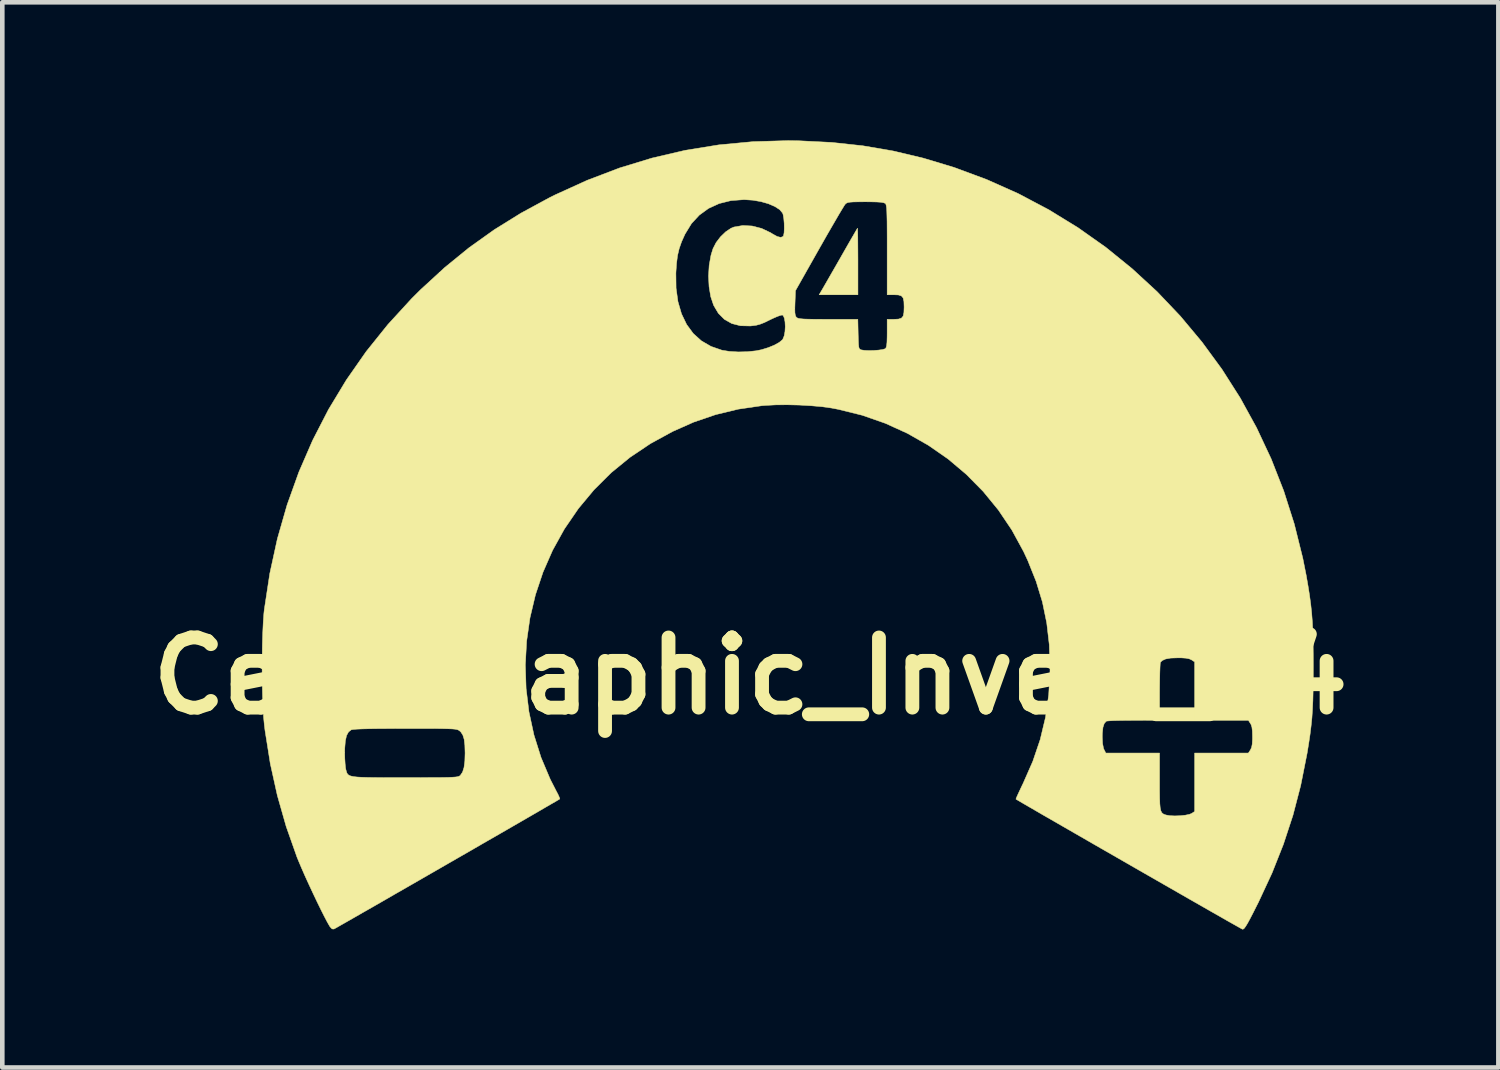
<source format=kicad_pcb>
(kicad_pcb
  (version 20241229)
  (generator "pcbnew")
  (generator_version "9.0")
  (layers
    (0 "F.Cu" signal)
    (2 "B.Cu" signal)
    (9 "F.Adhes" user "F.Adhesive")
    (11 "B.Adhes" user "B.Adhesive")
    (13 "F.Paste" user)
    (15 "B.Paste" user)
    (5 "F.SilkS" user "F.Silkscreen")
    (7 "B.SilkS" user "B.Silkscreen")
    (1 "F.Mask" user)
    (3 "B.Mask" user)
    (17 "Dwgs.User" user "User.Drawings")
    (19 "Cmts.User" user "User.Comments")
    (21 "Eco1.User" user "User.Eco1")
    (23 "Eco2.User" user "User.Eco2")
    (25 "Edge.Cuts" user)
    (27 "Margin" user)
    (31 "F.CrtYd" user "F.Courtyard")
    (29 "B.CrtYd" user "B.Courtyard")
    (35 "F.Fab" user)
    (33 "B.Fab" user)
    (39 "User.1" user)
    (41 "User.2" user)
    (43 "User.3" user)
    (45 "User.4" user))
  (footprint "Cell_Graphic_Invert_C4"
    (layer "F.Cu")
    (at 13.252 11.634)
    (property "Reference" "Cell_Graphic_Invert_C4" (at 0 0 0) (layer "F.SilkS") (effects (font (size 1.524 1.524) (thickness 0.3))))
    (attr through_hole)
    (fp_poly (pts (xy 2.33 -9.705) (xy 2.332 -9.638) (xy 2.334 -9.534) (xy 2.335 -9.397) (xy 2.336 -9.235) (xy 2.337 -9.053) (xy 2.337 -9.009) (xy 2.337 -8.28) (xy 1.494 -8.28) (xy 1.55 -8.376) (xy 1.577 -8.422) (xy 1.626 -8.507) (xy 1.692 -8.622) (xy 1.771 -8.76) (xy 1.861 -8.916) (xy 1.956 -9.082) (xy 1.962 -9.093) (xy 2.054 -9.254) (xy 2.138 -9.401) (xy 2.211 -9.527) (xy 2.269 -9.627) (xy 2.308 -9.695) (xy 2.327 -9.725) (xy 2.327 -9.726) (xy 2.33 -9.705)) (stroke (width 0.01) (type solid)) (fill yes) (layer "F.SilkS"))
    (fp_poly (pts (xy 1.067 -11.625) (xy 1.768 -11.59) (xy 2.444 -11.517) (xy 3.103 -11.404) (xy 3.755 -11.249) (xy 4.409 -11.052) (xy 4.42 -11.049) (xy 5.134 -10.784) (xy 5.822 -10.477) (xy 6.484 -10.127) (xy 7.118 -9.738) (xy 7.722 -9.311) (xy 8.294 -8.847) (xy 8.835 -8.349) (xy 9.341 -7.817) (xy 9.812 -7.253) (xy 10.247 -6.659) (xy 10.643 -6.037) (xy 10.999 -5.389) (xy 11.315 -4.715) (xy 11.588 -4.018) (xy 11.817 -3.299) (xy 12.001 -2.56) (xy 12.076 -2.184) (xy 12.116 -1.954) (xy 12.149 -1.746) (xy 12.175 -1.552) (xy 12.195 -1.362) (xy 12.21 -1.166) (xy 12.22 -0.954) (xy 12.226 -0.718) (xy 12.229 -0.448) (xy 12.23 -0.216) (xy 12.229 0.075) (xy 12.226 0.324) (xy 12.221 0.541) (xy 12.212 0.734) (xy 12.2 0.914) (xy 12.182 1.089) (xy 12.16 1.268) (xy 12.131 1.462) (xy 12.096 1.678) (xy 12.089 1.714) (xy 11.956 2.383) (xy 11.788 3.028) (xy 11.581 3.658) (xy 11.333 4.284) (xy 11.039 4.916) (xy 11.016 4.961) (xy 10.927 5.138) (xy 10.857 5.273) (xy 10.803 5.373) (xy 10.762 5.44) (xy 10.732 5.482) (xy 10.709 5.501) (xy 10.691 5.504) (xy 10.691 5.504) (xy 10.665 5.49) (xy 10.599 5.453) (xy 10.496 5.395) (xy 10.359 5.318) (xy 10.192 5.222) (xy 9.998 5.112) (xy 9.78 4.987) (xy 9.543 4.852) (xy 9.289 4.706) (xy 9.022 4.553) (xy 8.745 4.394) (xy 8.462 4.232) (xy 8.177 4.068) (xy 7.892 3.904) (xy 7.611 3.743) (xy 7.337 3.585) (xy 7.075 3.434) (xy 6.827 3.291) (xy 6.596 3.158) (xy 6.387 3.038) (xy 6.203 2.931) (xy 6.046 2.84) (xy 5.922 2.768) (xy 5.832 2.715) (xy 5.781 2.685) (xy 5.77 2.678) (xy 5.777 2.654) (xy 5.804 2.593) (xy 5.846 2.502) (xy 5.899 2.39) (xy 5.927 2.332) (xy 6.136 1.857) (xy 6.297 1.383) (xy 6.312 1.32) (xy 7.645 1.32) (xy 7.652 1.468) (xy 7.672 1.572) (xy 7.684 1.601) (xy 7.723 1.676) (xy 8.89 1.676) (xy 8.89 2.294) (xy 8.89 2.498) (xy 8.892 2.657) (xy 8.896 2.778) (xy 8.904 2.866) (xy 8.917 2.927) (xy 8.936 2.968) (xy 8.962 2.994) (xy 8.996 3.011) (xy 9.03 3.022) (xy 9.112 3.037) (xy 9.22 3.042) (xy 9.338 3.038) (xy 9.451 3.026) (xy 9.541 3.007) (xy 9.586 2.989) (xy 9.652 2.945) (xy 9.652 1.676) (xy 10.819 1.676) (xy 10.864 1.608) (xy 10.889 1.555) (xy 10.903 1.482) (xy 10.909 1.376) (xy 10.909 1.321) (xy 10.906 1.198) (xy 10.896 1.113) (xy 10.876 1.053) (xy 10.864 1.034) (xy 10.819 0.965) (xy 9.652 0.965) (xy 9.652 -0.304) (xy 9.585 -0.348) (xy 9.534 -0.371) (xy 9.463 -0.385) (xy 9.36 -0.392) (xy 9.286 -0.392) (xy 9.132 -0.387) (xy 9.021 -0.367) (xy 8.947 -0.333) (xy 8.909 -0.295) (xy 8.904 -0.262) (xy 8.9 -0.187) (xy 8.896 -0.075) (xy 8.893 0.066) (xy 8.891 0.228) (xy 8.89 0.349) (xy 8.89 0.965) (xy 8.325 0.966) (xy 8.159 0.967) (xy 8.011 0.969) (xy 7.886 0.972) (xy 7.794 0.977) (xy 7.741 0.982) (xy 7.732 0.985) (xy 7.688 1.035) (xy 7.66 1.12) (xy 7.647 1.246) (xy 7.645 1.32) (xy 6.312 1.32) (xy 6.412 0.902) (xy 6.482 0.408) (xy 6.51 -0.109) (xy 6.51 -0.178) (xy 6.494 -0.677) (xy 6.439 -1.149) (xy 6.345 -1.605) (xy 6.208 -2.054) (xy 6.027 -2.506) (xy 5.934 -2.705) (xy 5.681 -3.169) (xy 5.388 -3.604) (xy 5.058 -4.007) (xy 4.692 -4.378) (xy 4.295 -4.713) (xy 3.867 -5.01) (xy 3.412 -5.269) (xy 2.933 -5.487) (xy 2.432 -5.662) (xy 1.911 -5.791) (xy 1.765 -5.819) (xy 1.561 -5.848) (xy 1.322 -5.869) (xy 1.064 -5.884) (xy 0.801 -5.89) (xy 0.55 -5.888) (xy 0.325 -5.876) (xy 0.25 -5.87) (xy -0.262 -5.795) (xy -0.754 -5.676) (xy -1.234 -5.512) (xy -1.689 -5.31) (xy -2.17 -5.047) (xy -2.614 -4.749) (xy -3.023 -4.415) (xy -3.396 -4.044) (xy -3.735 -3.637) (xy -4.04 -3.192) (xy -4.044 -3.185) (xy -4.297 -2.728) (xy -4.505 -2.253) (xy -4.669 -1.763) (xy -4.788 -1.261) (xy -4.861 -0.752) (xy -4.889 -0.239) (xy -4.872 0.274) (xy -4.81 0.782) (xy -4.702 1.283) (xy -4.548 1.772) (xy -4.348 2.246) (xy -4.221 2.494) (xy -4.178 2.576) (xy -4.15 2.639) (xy -4.14 2.672) (xy -4.141 2.674) (xy -4.165 2.689) (xy -4.23 2.728) (xy -4.333 2.787) (xy -4.469 2.866) (xy -4.635 2.963) (xy -4.829 3.075) (xy -5.045 3.2) (xy -5.282 3.337) (xy -5.535 3.483) (xy -5.802 3.636) (xy -6.078 3.796) (xy -6.36 3.958) (xy -6.645 4.122) (xy -6.93 4.286) (xy -7.211 4.448) (xy -7.484 4.605) (xy -7.746 4.755) (xy -7.993 4.898) (xy -8.223 5.03) (xy -8.432 5.149) (xy -8.616 5.255) (xy -8.772 5.344) (xy -8.897 5.415) (xy -8.986 5.466) (xy -9.037 5.494) (xy -9.048 5.5) (xy -9.088 5.497) (xy -9.131 5.452) (xy -9.144 5.432) (xy -9.192 5.348) (xy -9.256 5.226) (xy -9.332 5.075) (xy -9.416 4.903) (xy -9.504 4.718) (xy -9.592 4.529) (xy -9.676 4.345) (xy -9.751 4.174) (xy -9.814 4.025) (xy -9.85 3.937) (xy -10.085 3.271) (xy -10.277 2.597) (xy -10.43 1.906) (xy -10.467 1.671) (xy -8.814 1.671) (xy -8.811 1.794) (xy -8.804 1.909) (xy -8.795 1.999) (xy -8.787 2.038) (xy -8.776 2.077) (xy -8.765 2.11) (xy -8.748 2.137) (xy -8.722 2.158) (xy -8.682 2.175) (xy -8.623 2.188) (xy -8.542 2.197) (xy -8.434 2.203) (xy -8.295 2.207) (xy -8.121 2.209) (xy -7.906 2.21) (xy -7.647 2.21) (xy -7.5 2.21) (xy -7.228 2.21) (xy -7.002 2.209) (xy -6.818 2.209) (xy -6.672 2.207) (xy -6.557 2.205) (xy -6.471 2.201) (xy -6.409 2.197) (xy -6.365 2.191) (xy -6.336 2.183) (xy -6.317 2.174) (xy -6.303 2.163) (xy -6.301 2.161) (xy -6.253 2.091) (xy -6.221 1.989) (xy -6.203 1.849) (xy -6.198 1.676) (xy -6.203 1.506) (xy -6.218 1.378) (xy -6.247 1.285) (xy -6.29 1.219) (xy -6.316 1.195) (xy -6.334 1.182) (xy -6.354 1.172) (xy -6.382 1.164) (xy -6.423 1.157) (xy -6.481 1.152) (xy -6.561 1.149) (xy -6.668 1.146) (xy -6.806 1.144) (xy -6.98 1.143) (xy -7.195 1.143) (xy -7.455 1.143) (xy -7.495 1.143) (xy -7.8 1.144) (xy -8.057 1.145) (xy -8.266 1.148) (xy -8.43 1.152) (xy -8.551 1.157) (xy -8.631 1.164) (xy -8.67 1.171) (xy -8.672 1.172) (xy -8.73 1.218) (xy -8.773 1.296) (xy -8.799 1.413) (xy -8.812 1.571) (xy -8.814 1.671) (xy -10.467 1.671) (xy -10.544 1.189) (xy -10.559 1.067) (xy -10.576 0.894) (xy -10.589 0.679) (xy -10.598 0.434) (xy -10.604 0.166) (xy -10.607 -0.114) (xy -10.606 -0.396) (xy -10.602 -0.671) (xy -10.594 -0.93) (xy -10.583 -1.163) (xy -10.569 -1.359) (xy -10.559 -1.448) (xy -10.441 -2.223) (xy -10.276 -2.979) (xy -10.065 -3.715) (xy -9.809 -4.429) (xy -9.509 -5.12) (xy -9.165 -5.788) (xy -8.777 -6.43) (xy -8.347 -7.046) (xy -7.874 -7.635) (xy -7.36 -8.196) (xy -7.16 -8.395) (xy -6.773 -8.75) (xy -1.618 -8.75) (xy -1.614 -8.425) (xy -1.573 -8.13) (xy -1.496 -7.866) (xy -1.385 -7.635) (xy -1.241 -7.439) (xy -1.064 -7.279) (xy -0.855 -7.158) (xy -0.616 -7.075) (xy -0.615 -7.075) (xy -0.452 -7.049) (xy -0.261 -7.038) (xy -0.062 -7.043) (xy 0.126 -7.063) (xy 0.239 -7.086) (xy 0.389 -7.132) (xy 0.521 -7.186) (xy 0.627 -7.245) (xy 0.696 -7.302) (xy 0.706 -7.317) (xy 0.735 -7.388) (xy 0.752 -7.482) (xy 0.758 -7.587) (xy 0.753 -7.689) (xy 0.738 -7.774) (xy 0.712 -7.829) (xy 0.696 -7.84) (xy 0.66 -7.835) (xy 0.589 -7.81) (xy 0.497 -7.77) (xy 0.425 -7.736) (xy 0.305 -7.677) (xy 0.21 -7.64) (xy 0.124 -7.617) (xy 0.028 -7.605) (xy -0.001 -7.602) (xy -0.215 -7.607) (xy -0.403 -7.655) (xy -0.563 -7.745) (xy -0.695 -7.877) (xy -0.754 -7.976) (xy 0.966 -7.976) (xy 0.968 -7.892) (xy 0.976 -7.838) (xy 0.99 -7.804) (xy 1.002 -7.79) (xy 1.021 -7.776) (xy 1.049 -7.766) (xy 1.094 -7.759) (xy 1.162 -7.753) (xy 1.259 -7.75) (xy 1.391 -7.748) (xy 1.564 -7.747) (xy 1.69 -7.747) (xy 2.335 -7.747) (xy 2.342 -7.424) (xy 2.346 -7.291) (xy 2.35 -7.2) (xy 2.356 -7.143) (xy 2.367 -7.11) (xy 2.384 -7.093) (xy 2.41 -7.083) (xy 2.413 -7.082) (xy 2.48 -7.072) (xy 2.574 -7.068) (xy 2.68 -7.07) (xy 2.784 -7.078) (xy 2.871 -7.09) (xy 2.925 -7.106) (xy 2.932 -7.11) (xy 2.95 -7.135) (xy 2.961 -7.179) (xy 2.968 -7.25) (xy 2.971 -7.359) (xy 2.972 -7.445) (xy 2.972 -7.747) (xy 3.121 -7.747) (xy 3.219 -7.752) (xy 3.283 -7.773) (xy 3.32 -7.818) (xy 3.336 -7.897) (xy 3.34 -8.014) (xy 3.336 -8.133) (xy 3.319 -8.211) (xy 3.282 -8.255) (xy 3.217 -8.276) (xy 3.121 -8.28) (xy 2.972 -8.28) (xy 2.972 -9.255) (xy 2.972 -9.506) (xy 2.971 -9.71) (xy 2.97 -9.873) (xy 2.967 -10) (xy 2.964 -10.095) (xy 2.96 -10.164) (xy 2.953 -10.211) (xy 2.946 -10.241) (xy 2.936 -10.259) (xy 2.93 -10.265) (xy 2.898 -10.279) (xy 2.839 -10.29) (xy 2.747 -10.296) (xy 2.615 -10.299) (xy 2.499 -10.3) (xy 2.349 -10.299) (xy 2.241 -10.297) (xy 2.167 -10.292) (xy 2.119 -10.284) (xy 2.088 -10.271) (xy 2.065 -10.252) (xy 2.062 -10.249) (xy 2.039 -10.216) (xy 1.995 -10.144) (xy 1.931 -10.038) (xy 1.852 -9.902) (xy 1.759 -9.742) (xy 1.655 -9.562) (xy 1.545 -9.368) (xy 1.497 -9.284) (xy 0.98 -8.369) (xy 0.97 -8.101) (xy 0.966 -7.976) (xy -0.754 -7.976) (xy -0.797 -8.05) (xy -0.799 -8.053) (xy -0.861 -8.239) (xy -0.897 -8.454) (xy -0.909 -8.686) (xy -0.895 -8.919) (xy -0.855 -9.141) (xy -0.811 -9.284) (xy -0.744 -9.414) (xy -0.649 -9.539) (xy -0.537 -9.647) (xy -0.421 -9.725) (xy -0.356 -9.752) (xy -0.164 -9.785) (xy 0.04 -9.774) (xy 0.245 -9.721) (xy 0.439 -9.629) (xy 0.483 -9.601) (xy 0.583 -9.546) (xy 0.66 -9.527) (xy 0.709 -9.546) (xy 0.721 -9.565) (xy 0.733 -9.629) (xy 0.737 -9.723) (xy 0.735 -9.832) (xy 0.726 -9.937) (xy 0.712 -10.02) (xy 0.7 -10.055) (xy 0.637 -10.13) (xy 0.531 -10.198) (xy 0.392 -10.258) (xy 0.23 -10.304) (xy 0.052 -10.335) (xy -0.132 -10.347) (xy -0.14 -10.347) (xy -0.421 -10.326) (xy -0.678 -10.262) (xy -0.908 -10.157) (xy -1.109 -10.011) (xy -1.28 -9.826) (xy -1.417 -9.602) (xy -1.422 -9.593) (xy -1.494 -9.433) (xy -1.546 -9.285) (xy -1.582 -9.133) (xy -1.604 -8.962) (xy -1.618 -8.756) (xy -1.618 -8.75) (xy -6.773 -8.75) (xy -6.643 -8.87) (xy -6.114 -9.301) (xy -5.563 -9.694) (xy -4.983 -10.054) (xy -4.367 -10.388) (xy -4.245 -10.449) (xy -3.548 -10.766) (xy -2.845 -11.034) (xy -2.134 -11.251) (xy -1.414 -11.419) (xy -0.683 -11.537) (xy 0.061 -11.607) (xy 0.819 -11.629) (xy 1.067 -11.625)) (stroke (width 0.01) (type solid)) (fill yes) (layer "F.SilkS")))
  (gr_rect
    (start -3 -3)
    (end 29.503 20.142)
    (stroke (width 0.1) (type default))
    (fill no)
    (layer "Edge.Cuts")))
</source>
